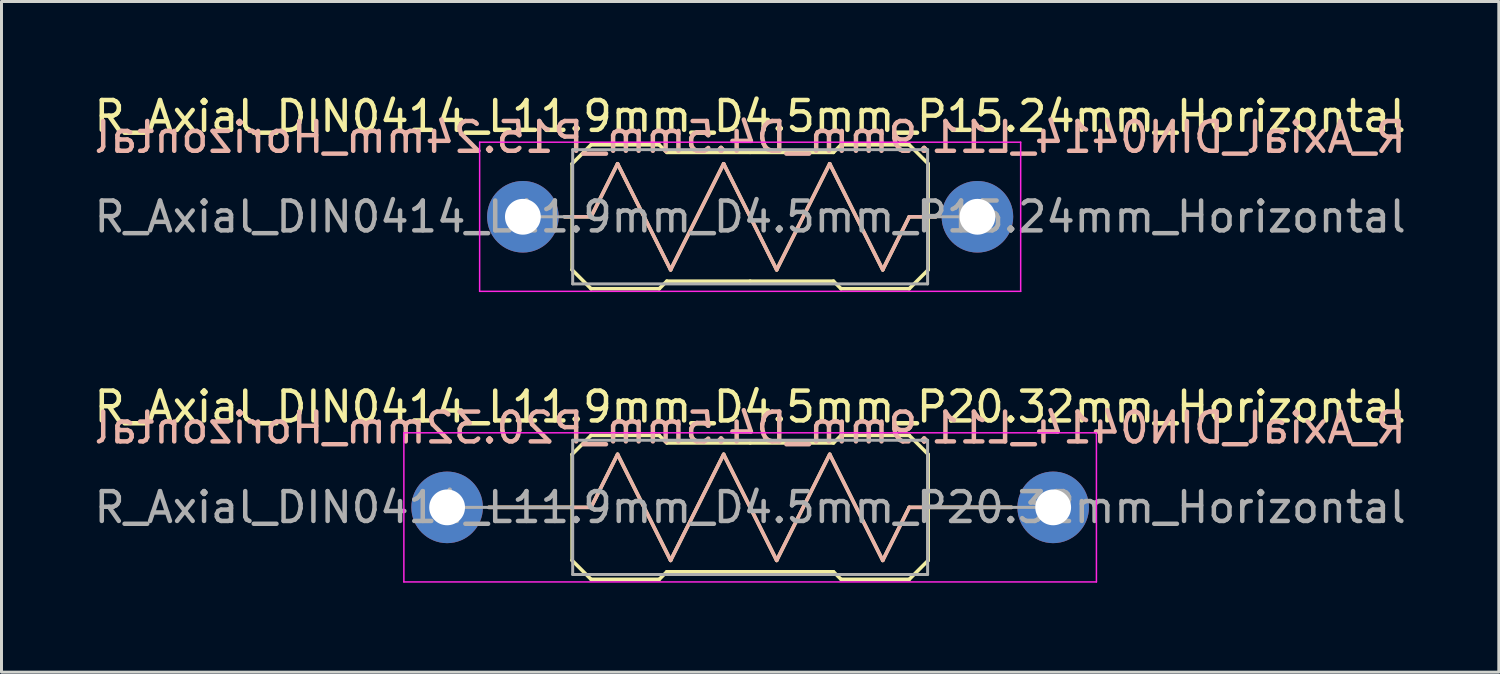
<source format=kicad_pcb>
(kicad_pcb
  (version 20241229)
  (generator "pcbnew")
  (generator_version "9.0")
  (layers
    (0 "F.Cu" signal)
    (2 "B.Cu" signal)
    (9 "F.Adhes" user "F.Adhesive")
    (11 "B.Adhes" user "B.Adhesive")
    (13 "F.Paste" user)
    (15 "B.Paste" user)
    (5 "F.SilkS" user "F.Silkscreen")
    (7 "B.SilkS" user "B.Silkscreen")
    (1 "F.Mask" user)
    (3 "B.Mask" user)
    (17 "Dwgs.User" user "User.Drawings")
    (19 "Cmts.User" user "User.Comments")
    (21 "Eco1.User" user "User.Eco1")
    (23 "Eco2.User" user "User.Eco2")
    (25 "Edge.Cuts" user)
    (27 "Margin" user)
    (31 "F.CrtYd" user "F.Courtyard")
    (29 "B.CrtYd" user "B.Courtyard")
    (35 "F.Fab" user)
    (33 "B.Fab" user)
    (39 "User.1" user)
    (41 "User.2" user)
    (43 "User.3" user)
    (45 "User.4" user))
  (footprint "R_Axial_DIN0414_L11.9mm_D4.5mm_P20.32mm_Horizontal"
    (layer "F.Cu")
    (at 11.941 13.961)
    (property "Reference" "R_Axial_DIN0414_L11.9mm_D4.5mm_P20.32mm_Horizontal" (at 10.16 -3.37 0) (layer "F.SilkS") (effects (font (size 1 1) (thickness 0.15))))
    (attr through_hole)
    (fp_line (start 4.191 -1.778) (end 4.826 -2.413) (stroke (width 0.12) (type solid)) (layer "F.SilkS"))
    (fp_line (start 4.191 0) (end 1.397 0) (stroke (width 0.12) (type solid)) (layer "F.SilkS"))
    (fp_line (start 4.191 1.778) (end 4.191 -1.778) (stroke (width 0.12) (type solid)) (layer "F.SilkS"))
    (fp_line (start 4.191 1.778) (end 4.826 2.413) (stroke (width 0.12) (type solid)) (layer "F.SilkS"))
    (fp_line (start 4.826 -2.413) (end 7.112 -2.413) (stroke (width 0.12) (type solid)) (layer "F.SilkS"))
    (fp_line (start 4.826 0) (end 4.191 0) (stroke (width 0.12) (type solid)) (layer "F.SilkS"))
    (fp_line (start 4.826 0) (end 5.715 -1.778) (stroke (width 0.12) (type solid)) (layer "F.SilkS"))
    (fp_line (start 4.826 2.413) (end 7.112 2.413) (stroke (width 0.12) (type solid)) (layer "F.SilkS"))
    (fp_line (start 5.715 -1.778) (end 7.493 1.778) (stroke (width 0.12) (type solid)) (layer "F.SilkS"))
    (fp_line (start 7.112 -2.413) (end 7.366 -2.159) (stroke (width 0.12) (type solid)) (layer "F.SilkS"))
    (fp_line (start 7.112 2.413) (end 7.366 2.159) (stroke (width 0.12) (type solid)) (layer "F.SilkS"))
    (fp_line (start 7.366 -2.159) (end 10.16 -2.159) (stroke (width 0.12) (type solid)) (layer "F.SilkS"))
    (fp_line (start 7.366 2.159) (end 10.16 2.159) (stroke (width 0.12) (type solid)) (layer "F.SilkS"))
    (fp_line (start 7.493 1.778) (end 9.271 -1.778) (stroke (width 0.12) (type solid)) (layer "F.SilkS"))
    (fp_line (start 9.271 -1.778) (end 11.049 1.778) (stroke (width 0.12) (type solid)) (layer "F.SilkS"))
    (fp_line (start 11.049 1.778) (end 12.827 -1.778) (stroke (width 0.12) (type solid)) (layer "F.SilkS"))
    (fp_line (start 12.827 -1.778) (end 14.605 1.778) (stroke (width 0.12) (type solid)) (layer "F.SilkS"))
    (fp_line (start 12.954 -2.159) (end 10.16 -2.159) (stroke (width 0.12) (type solid)) (layer "F.SilkS"))
    (fp_line (start 12.954 2.159) (end 10.16 2.159) (stroke (width 0.12) (type solid)) (layer "F.SilkS"))
    (fp_line (start 13.208 -2.413) (end 12.954 -2.159) (stroke (width 0.12) (type solid)) (layer "F.SilkS"))
    (fp_line (start 13.208 2.413) (end 12.954 2.159) (stroke (width 0.12) (type solid)) (layer "F.SilkS"))
    (fp_line (start 14.605 1.778) (end 15.494 0) (stroke (width 0.12) (type solid)) (layer "F.SilkS"))
    (fp_line (start 15.494 -2.413) (end 13.208 -2.413) (stroke (width 0.12) (type solid)) (layer "F.SilkS"))
    (fp_line (start 15.494 0) (end 16.129 0) (stroke (width 0.12) (type solid)) (layer "F.SilkS"))
    (fp_line (start 15.494 2.413) (end 13.208 2.413) (stroke (width 0.12) (type solid)) (layer "F.SilkS"))
    (fp_line (start 16.129 -1.778) (end 15.494 -2.413) (stroke (width 0.12) (type solid)) (layer "F.SilkS"))
    (fp_line (start 16.129 0) (end 18.923 0) (stroke (width 0.12) (type solid)) (layer "F.SilkS"))
    (fp_line (start 16.129 1.778) (end 15.494 2.413) (stroke (width 0.12) (type solid)) (layer "F.SilkS"))
    (fp_line (start 16.129 1.778) (end 16.129 -1.778) (stroke (width 0.12) (type solid)) (layer "F.SilkS"))
    (fp_line (start 1.397 0) (end 4.826 0) (stroke (width 0.12) (type solid)) (layer "B.SilkS"))
    (fp_line (start 4.826 0) (end 5.715 -1.778) (stroke (width 0.12) (type solid)) (layer "B.SilkS"))
    (fp_line (start 5.715 -1.778) (end 7.493 1.778) (stroke (width 0.12) (type solid)) (layer "B.SilkS"))
    (fp_line (start 7.493 1.778) (end 9.271 -1.778) (stroke (width 0.12) (type solid)) (layer "B.SilkS"))
    (fp_line (start 9.271 -1.778) (end 11.049 1.778) (stroke (width 0.12) (type solid)) (layer "B.SilkS"))
    (fp_line (start 11.049 1.778) (end 12.827 -1.778) (stroke (width 0.12) (type solid)) (layer "B.SilkS"))
    (fp_line (start 12.827 -1.778) (end 14.605 1.778) (stroke (width 0.12) (type solid)) (layer "B.SilkS"))
    (fp_line (start 14.605 1.778) (end 15.494 0) (stroke (width 0.12) (type solid)) (layer "B.SilkS"))
    (fp_line (start 15.494 0) (end 18.923 0) (stroke (width 0.12) (type solid)) (layer "B.SilkS"))
    (fp_line (start -1.45 -2.5) (end -1.45 2.5) (stroke (width 0.05) (type solid)) (layer "F.CrtYd"))
    (fp_line (start -1.45 2.5) (end 21.77 2.5) (stroke (width 0.05) (type solid)) (layer "F.CrtYd"))
    (fp_line (start 21.77 -2.5) (end -1.45 -2.5) (stroke (width 0.05) (type solid)) (layer "F.CrtYd"))
    (fp_line (start 21.77 2.5) (end 21.77 -2.5) (stroke (width 0.05) (type solid)) (layer "F.CrtYd"))
    (fp_line (start 0 0) (end 4.21 0) (stroke (width 0.1) (type solid)) (layer "F.Fab"))
    (fp_line (start 4.21 -2.25) (end 4.21 2.25) (stroke (width 0.1) (type solid)) (layer "F.Fab"))
    (fp_line (start 4.21 2.25) (end 16.11 2.25) (stroke (width 0.1) (type solid)) (layer "F.Fab"))
    (fp_line (start 16.11 -2.25) (end 4.21 -2.25) (stroke (width 0.1) (type solid)) (layer "F.Fab"))
    (fp_line (start 16.11 2.25) (end 16.11 -2.25) (stroke (width 0.1) (type solid)) (layer "F.Fab"))
    (fp_line (start 20.32 0) (end 16.11 0) (stroke (width 0.1) (type solid)) (layer "F.Fab"))
    (fp_text user "${REFERENCE}" (at 10.16 -2.667 0) (unlocked yes) (layer "B.SilkS") (effects (font (size 1 1) (thickness 0.15)) (justify mirror)))
    (fp_text user "${REFERENCE}" (at 10.16 0 0) (layer "F.Fab") (effects (font (size 1 1) (thickness 0.15))))
    (pad "1" thru_hole circle (at 0 0) (size 2.4 2.4) (drill 1.2) (layers "*.Cu" "*.Mask"))
    (pad "2" thru_hole oval (at 20.32 0) (size 2.4 2.4) (drill 1.2) (layers "*.Cu" "*.Mask")))
  (footprint "R_Axial_DIN0414_L11.9mm_D4.5mm_P15.24mm_Horizontal"
    (layer "F.Cu")
    (at 14.481 4.218)
    (property "Reference" "R_Axial_DIN0414_L11.9mm_D4.5mm_P15.24mm_Horizontal" (at 7.62 -3.37 0) (layer "F.SilkS") (effects (font (size 1 1) (thickness 0.15))))
    (attr through_hole)
    (fp_line (start 1.651 -1.778) (end 2.286 -2.413) (stroke (width 0.12) (type solid)) (layer "F.SilkS"))
    (fp_line (start 1.651 0) (end 1.397 0) (stroke (width 0.12) (type solid)) (layer "F.SilkS"))
    (fp_line (start 1.651 1.778) (end 1.651 -1.778) (stroke (width 0.12) (type solid)) (layer "F.SilkS"))
    (fp_line (start 1.651 1.778) (end 2.286 2.413) (stroke (width 0.12) (type solid)) (layer "F.SilkS"))
    (fp_line (start 2.286 -2.413) (end 4.572 -2.413) (stroke (width 0.12) (type solid)) (layer "F.SilkS"))
    (fp_line (start 2.286 0) (end 1.651 0) (stroke (width 0.12) (type solid)) (layer "F.SilkS"))
    (fp_line (start 2.286 0) (end 3.175 -1.778) (stroke (width 0.12) (type solid)) (layer "F.SilkS"))
    (fp_line (start 2.286 2.413) (end 4.572 2.413) (stroke (width 0.12) (type solid)) (layer "F.SilkS"))
    (fp_line (start 3.175 -1.778) (end 4.953 1.778) (stroke (width 0.12) (type solid)) (layer "F.SilkS"))
    (fp_line (start 4.572 -2.413) (end 4.826 -2.159) (stroke (width 0.12) (type solid)) (layer "F.SilkS"))
    (fp_line (start 4.572 2.413) (end 4.826 2.159) (stroke (width 0.12) (type solid)) (layer "F.SilkS"))
    (fp_line (start 4.826 -2.159) (end 7.62 -2.159) (stroke (width 0.12) (type solid)) (layer "F.SilkS"))
    (fp_line (start 4.826 2.159) (end 7.62 2.159) (stroke (width 0.12) (type solid)) (layer "F.SilkS"))
    (fp_line (start 4.953 1.778) (end 6.731 -1.778) (stroke (width 0.12) (type solid)) (layer "F.SilkS"))
    (fp_line (start 6.731 -1.778) (end 8.509 1.778) (stroke (width 0.12) (type solid)) (layer "F.SilkS"))
    (fp_line (start 8.509 1.778) (end 10.287 -1.778) (stroke (width 0.12) (type solid)) (layer "F.SilkS"))
    (fp_line (start 10.287 -1.778) (end 12.065 1.778) (stroke (width 0.12) (type solid)) (layer "F.SilkS"))
    (fp_line (start 10.414 -2.159) (end 7.62 -2.159) (stroke (width 0.12) (type solid)) (layer "F.SilkS"))
    (fp_line (start 10.414 2.159) (end 7.62 2.159) (stroke (width 0.12) (type solid)) (layer "F.SilkS"))
    (fp_line (start 10.668 -2.413) (end 10.414 -2.159) (stroke (width 0.12) (type solid)) (layer "F.SilkS"))
    (fp_line (start 10.668 2.413) (end 10.414 2.159) (stroke (width 0.12) (type solid)) (layer "F.SilkS"))
    (fp_line (start 12.065 1.778) (end 12.954 0) (stroke (width 0.12) (type solid)) (layer "F.SilkS"))
    (fp_line (start 12.954 -2.413) (end 10.668 -2.413) (stroke (width 0.12) (type solid)) (layer "F.SilkS"))
    (fp_line (start 12.954 0) (end 13.589 0) (stroke (width 0.12) (type solid)) (layer "F.SilkS"))
    (fp_line (start 12.954 2.413) (end 10.668 2.413) (stroke (width 0.12) (type solid)) (layer "F.SilkS"))
    (fp_line (start 13.589 -1.778) (end 12.954 -2.413) (stroke (width 0.12) (type solid)) (layer "F.SilkS"))
    (fp_line (start 13.589 0) (end 13.843 0) (stroke (width 0.12) (type solid)) (layer "F.SilkS"))
    (fp_line (start 13.589 1.778) (end 12.954 2.413) (stroke (width 0.12) (type solid)) (layer "F.SilkS"))
    (fp_line (start 13.589 1.778) (end 13.589 -1.778) (stroke (width 0.12) (type solid)) (layer "F.SilkS"))
    (fp_line (start 1.397 0) (end 2.286 0) (stroke (width 0.12) (type solid)) (layer "B.SilkS"))
    (fp_line (start 2.286 0) (end 3.175 -1.778) (stroke (width 0.12) (type solid)) (layer "B.SilkS"))
    (fp_line (start 3.175 -1.778) (end 4.953 1.778) (stroke (width 0.12) (type solid)) (layer "B.SilkS"))
    (fp_line (start 4.953 1.778) (end 6.731 -1.778) (stroke (width 0.12) (type solid)) (layer "B.SilkS"))
    (fp_line (start 6.731 -1.778) (end 8.509 1.778) (stroke (width 0.12) (type solid)) (layer "B.SilkS"))
    (fp_line (start 8.509 1.778) (end 10.287 -1.778) (stroke (width 0.12) (type solid)) (layer "B.SilkS"))
    (fp_line (start 10.287 -1.778) (end 12.065 1.778) (stroke (width 0.12) (type solid)) (layer "B.SilkS"))
    (fp_line (start 12.065 1.778) (end 12.954 0) (stroke (width 0.12) (type solid)) (layer "B.SilkS"))
    (fp_line (start 12.954 0) (end 13.843 0) (stroke (width 0.12) (type solid)) (layer "B.SilkS"))
    (fp_line (start -1.45 -2.5) (end -1.45 2.5) (stroke (width 0.05) (type solid)) (layer "F.CrtYd"))
    (fp_line (start -1.45 2.5) (end 16.69 2.5) (stroke (width 0.05) (type solid)) (layer "F.CrtYd"))
    (fp_line (start 16.69 -2.5) (end -1.45 -2.5) (stroke (width 0.05) (type solid)) (layer "F.CrtYd"))
    (fp_line (start 16.69 2.5) (end 16.69 -2.5) (stroke (width 0.05) (type solid)) (layer "F.CrtYd"))
    (fp_line (start 0 0) (end 1.67 0) (stroke (width 0.1) (type solid)) (layer "F.Fab"))
    (fp_line (start 1.67 -2.25) (end 1.67 2.25) (stroke (width 0.1) (type solid)) (layer "F.Fab"))
    (fp_line (start 1.67 2.25) (end 13.57 2.25) (stroke (width 0.1) (type solid)) (layer "F.Fab"))
    (fp_line (start 13.57 -2.25) (end 1.67 -2.25) (stroke (width 0.1) (type solid)) (layer "F.Fab"))
    (fp_line (start 13.57 2.25) (end 13.57 -2.25) (stroke (width 0.1) (type solid)) (layer "F.Fab"))
    (fp_line (start 15.24 0) (end 13.57 0) (stroke (width 0.1) (type solid)) (layer "F.Fab"))
    (fp_text user "${REFERENCE}" (at 7.62 -2.667 0) (unlocked yes) (layer "B.SilkS") (effects (font (size 1 1) (thickness 0.15)) (justify mirror)))
    (fp_text user "${REFERENCE}" (at 7.62 0 0) (layer "F.Fab") (effects (font (size 1 1) (thickness 0.15))))
    (pad "1" thru_hole circle (at 0 0) (size 2.4 2.4) (drill 1.2) (layers "*.Cu" "*.Mask"))
    (pad "2" thru_hole oval (at 15.24 0) (size 2.4 2.4) (drill 1.2) (layers "*.Cu" "*.Mask")))
  (gr_rect
    (start -3 -3)
    (end 47.202 19.486)
    (stroke (width 0.1) (type default))
    (fill no)
    (layer "Edge.Cuts")))
</source>
